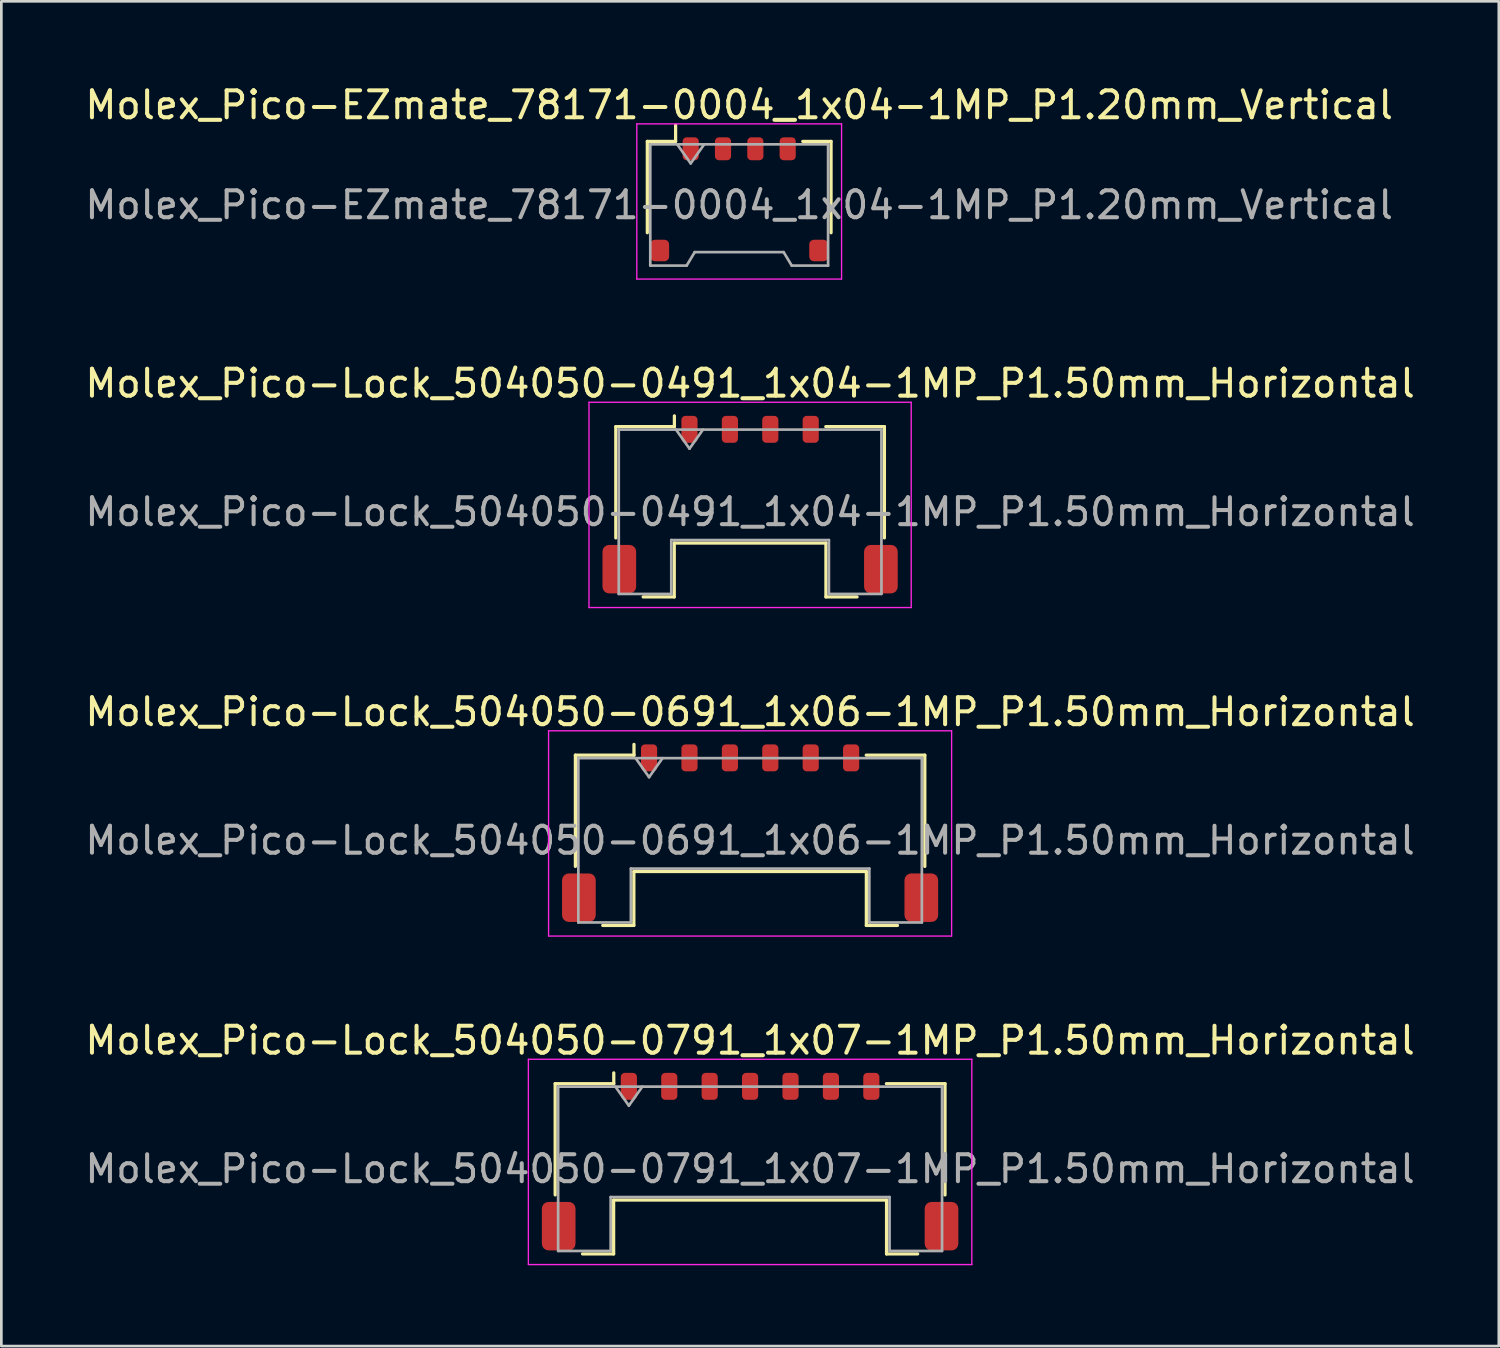
<source format=kicad_pcb>
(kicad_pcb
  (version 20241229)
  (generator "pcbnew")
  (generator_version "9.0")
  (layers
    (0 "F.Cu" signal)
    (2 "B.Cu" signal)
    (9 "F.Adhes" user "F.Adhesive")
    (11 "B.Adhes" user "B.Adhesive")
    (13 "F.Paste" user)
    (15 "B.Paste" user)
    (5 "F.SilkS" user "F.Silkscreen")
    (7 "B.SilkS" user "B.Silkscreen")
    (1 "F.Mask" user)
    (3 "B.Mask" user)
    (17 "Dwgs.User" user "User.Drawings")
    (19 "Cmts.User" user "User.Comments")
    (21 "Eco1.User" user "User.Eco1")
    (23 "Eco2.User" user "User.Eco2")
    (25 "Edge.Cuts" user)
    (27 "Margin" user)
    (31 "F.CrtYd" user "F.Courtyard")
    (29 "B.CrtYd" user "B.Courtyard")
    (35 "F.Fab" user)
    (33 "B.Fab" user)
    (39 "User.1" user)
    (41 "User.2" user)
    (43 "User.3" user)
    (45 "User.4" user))
  (footprint "Molex_Pico-Lock_504050-0791_1x07-1MP_P1.50mm_Horizontal"
    (layer "F.Cu")
    (at 24.792 40.068)
    (property "Reference" "Molex_Pico-Lock_504050-0791_1x07-1MP_P1.50mm_Horizontal" (at 0 -4.5 0) (layer "F.SilkS") (effects (font (size 1 1) (thickness 0.15))))
    (attr smd)
    (fp_line (start -7.235 -2.895) (end -5.06 -2.895) (stroke (width 0.12) (type solid)) (layer "F.SilkS"))
    (fp_line (start -7.235 1.235) (end -7.235 -2.895) (stroke (width 0.12) (type solid)) (layer "F.SilkS"))
    (fp_line (start -6.22 3.425) (end -5.065 3.425) (stroke (width 0.12) (type solid)) (layer "F.SilkS"))
    (fp_line (start -5.065 1.425) (end 5.065 1.425) (stroke (width 0.12) (type solid)) (layer "F.SilkS"))
    (fp_line (start -5.065 3.425) (end -5.065 1.425) (stroke (width 0.12) (type solid)) (layer "F.SilkS"))
    (fp_line (start -5.06 -2.895) (end -5.06 -3.295) (stroke (width 0.12) (type solid)) (layer "F.SilkS"))
    (fp_line (start 5.065 1.425) (end 5.065 3.425) (stroke (width 0.12) (type solid)) (layer "F.SilkS"))
    (fp_line (start 5.065 3.425) (end 6.22 3.425) (stroke (width 0.12) (type solid)) (layer "F.SilkS"))
    (fp_line (start 7.235 -2.895) (end 5.06 -2.895) (stroke (width 0.12) (type solid)) (layer "F.SilkS"))
    (fp_line (start 7.235 1.235) (end 7.235 -2.895) (stroke (width 0.12) (type solid)) (layer "F.SilkS"))
    (fp_line (start -8.23 -3.8) (end -8.23 3.82) (stroke (width 0.05) (type solid)) (layer "F.CrtYd"))
    (fp_line (start -8.23 3.82) (end 8.23 3.82) (stroke (width 0.05) (type solid)) (layer "F.CrtYd"))
    (fp_line (start 8.23 -3.8) (end -8.23 -3.8) (stroke (width 0.05) (type solid)) (layer "F.CrtYd"))
    (fp_line (start 8.23 3.82) (end 8.23 -3.8) (stroke (width 0.05) (type solid)) (layer "F.CrtYd"))
    (fp_line (start -7.125 -2.785) (end -7.125 3.315) (stroke (width 0.1) (type solid)) (layer "F.Fab"))
    (fp_line (start -7.125 -2.785) (end 7.125 -2.785) (stroke (width 0.1) (type solid)) (layer "F.Fab"))
    (fp_line (start -7.125 3.315) (end -5.175 3.315) (stroke (width 0.1) (type solid)) (layer "F.Fab"))
    (fp_line (start -5.175 1.315) (end 5.175 1.315) (stroke (width 0.1) (type solid)) (layer "F.Fab"))
    (fp_line (start -5.175 3.315) (end -5.175 1.315) (stroke (width 0.1) (type solid)) (layer "F.Fab"))
    (fp_line (start -5 -2.785) (end -4.5 -2.078) (stroke (width 0.1) (type solid)) (layer "F.Fab"))
    (fp_line (start -4.5 -2.078) (end -4 -2.785) (stroke (width 0.1) (type solid)) (layer "F.Fab"))
    (fp_line (start 5.175 1.315) (end 5.175 3.315) (stroke (width 0.1) (type solid)) (layer "F.Fab"))
    (fp_line (start 5.175 3.315) (end 7.125 3.315) (stroke (width 0.1) (type solid)) (layer "F.Fab"))
    (fp_line (start 7.125 -2.785) (end 7.125 3.315) (stroke (width 0.1) (type solid)) (layer "F.Fab"))
    (fp_text user "${REFERENCE}" (at 0 0.27 0) (layer "F.Fab") (effects (font (size 1 1) (thickness 0.15))))
    (pad "1" smd roundrect (at -4.5 -2.795) (size 0.6 1) (layers "F.Cu" "F.Mask" "F.Paste") (roundrect_rratio 0.25))
    (pad "2" smd roundrect (at -3 -2.795) (size 0.6 1) (layers "F.Cu" "F.Mask" "F.Paste") (roundrect_rratio 0.25))
    (pad "3" smd roundrect (at -1.5 -2.795) (size 0.6 1) (layers "F.Cu" "F.Mask" "F.Paste") (roundrect_rratio 0.25))
    (pad "4" smd roundrect (at 0 -2.795) (size 0.6 1) (layers "F.Cu" "F.Mask" "F.Paste") (roundrect_rratio 0.25))
    (pad "5" smd roundrect (at 1.5 -2.795) (size 0.6 1) (layers "F.Cu" "F.Mask" "F.Paste") (roundrect_rratio 0.25))
    (pad "6" smd roundrect (at 3 -2.795) (size 0.6 1) (layers "F.Cu" "F.Mask" "F.Paste") (roundrect_rratio 0.25))
    (pad "7" smd roundrect (at 4.5 -2.795) (size 0.6 1) (layers "F.Cu" "F.Mask" "F.Paste") (roundrect_rratio 0.25))
    (pad "MP" smd roundrect (at -7.105 2.395) (size 1.25 1.8) (layers "F.Cu" "F.Mask" "F.Paste") (roundrect_rratio 0.2))
    (pad "MP" smd roundrect (at 7.105 2.395) (size 1.25 1.8) (layers "F.Cu" "F.Mask" "F.Paste") (roundrect_rratio 0.2)))
  (footprint "Molex_Pico-EZmate_78171-0004_1x04-1MP_P1.20mm_Vertical"
    (layer "F.Cu")
    (at 24.387 4.558)
    (property "Reference" "Molex_Pico-EZmate_78171-0004_1x04-1MP_P1.20mm_Vertical" (at 0 -3.71 0) (layer "F.SilkS") (effects (font (size 1 1) (thickness 0.15))))
    (attr smd)
    (fp_line (start -3.41 -2.36) (end -2.36 -2.36) (stroke (width 0.12) (type solid)) (layer "F.SilkS"))
    (fp_line (start -3.41 1.03) (end -3.41 -2.36) (stroke (width 0.12) (type solid)) (layer "F.SilkS"))
    (fp_line (start -2.36 -2.36) (end -2.36 -2.96) (stroke (width 0.12) (type solid)) (layer "F.SilkS"))
    (fp_line (start 3.41 -2.36) (end 2.36 -2.36) (stroke (width 0.12) (type solid)) (layer "F.SilkS"))
    (fp_line (start 3.41 1.03) (end 3.41 -2.36) (stroke (width 0.12) (type solid)) (layer "F.SilkS"))
    (fp_line (start -3.8 -3.01) (end -3.8 2.75) (stroke (width 0.05) (type solid)) (layer "F.CrtYd"))
    (fp_line (start -3.8 2.75) (end 3.8 2.75) (stroke (width 0.05) (type solid)) (layer "F.CrtYd"))
    (fp_line (start 3.8 -3.01) (end -3.8 -3.01) (stroke (width 0.05) (type solid)) (layer "F.CrtYd"))
    (fp_line (start 3.8 2.75) (end 3.8 -3.01) (stroke (width 0.05) (type solid)) (layer "F.CrtYd"))
    (fp_line (start -3.3 -2.25) (end -3.3 2.25) (stroke (width 0.1) (type solid)) (layer "F.Fab"))
    (fp_line (start -3.3 -2.25) (end 3.3 -2.25) (stroke (width 0.1) (type solid)) (layer "F.Fab"))
    (fp_line (start -3.3 2.25) (end -1.95 2.25) (stroke (width 0.1) (type solid)) (layer "F.Fab"))
    (fp_line (start -2.3 -2.25) (end -1.8 -1.543) (stroke (width 0.1) (type solid)) (layer "F.Fab"))
    (fp_line (start -1.95 2.25) (end -1.65 1.75) (stroke (width 0.1) (type solid)) (layer "F.Fab"))
    (fp_line (start -1.8 -1.543) (end -1.3 -2.25) (stroke (width 0.1) (type solid)) (layer "F.Fab"))
    (fp_line (start -1.65 1.75) (end 1.65 1.75) (stroke (width 0.1) (type solid)) (layer "F.Fab"))
    (fp_line (start 1.65 1.75) (end 1.95 2.25) (stroke (width 0.1) (type solid)) (layer "F.Fab"))
    (fp_line (start 1.95 2.25) (end 3.3 2.25) (stroke (width 0.1) (type solid)) (layer "F.Fab"))
    (fp_line (start 3.3 -2.25) (end 3.3 2.25) (stroke (width 0.1) (type solid)) (layer "F.Fab"))
    (fp_text user "${REFERENCE}" (at 0 0 0) (layer "F.Fab") (effects (font (size 1 1) (thickness 0.15))))
    (pad "1" smd roundrect (at -1.8 -2.085) (size 0.6 0.85) (layers "F.Cu" "F.Mask" "F.Paste") (roundrect_rratio 0.25))
    (pad "2" smd roundrect (at -0.6 -2.085) (size 0.6 0.85) (layers "F.Cu" "F.Mask" "F.Paste") (roundrect_rratio 0.25))
    (pad "3" smd roundrect (at 0.6 -2.085) (size 0.6 0.85) (layers "F.Cu" "F.Mask" "F.Paste") (roundrect_rratio 0.25))
    (pad "4" smd roundrect (at 1.8 -2.085) (size 0.6 0.85) (layers "F.Cu" "F.Mask" "F.Paste") (roundrect_rratio 0.25))
    (pad "MP" smd roundrect (at -2.95 1.69) (size 0.7 0.8) (layers "F.Cu" "F.Mask" "F.Paste") (roundrect_rratio 0.25))
    (pad "MP" smd roundrect (at 2.95 1.69) (size 0.7 0.8) (layers "F.Cu" "F.Mask" "F.Paste") (roundrect_rratio 0.25)))
  (footprint "Molex_Pico-Lock_504050-0691_1x06-1MP_P1.50mm_Horizontal"
    (layer "F.Cu")
    (at 24.792 27.875)
    (property "Reference" "Molex_Pico-Lock_504050-0691_1x06-1MP_P1.50mm_Horizontal" (at 0 -4.5 0) (layer "F.SilkS") (effects (font (size 1 1) (thickness 0.15))))
    (attr smd)
    (fp_line (start -6.485 -2.895) (end -4.31 -2.895) (stroke (width 0.12) (type solid)) (layer "F.SilkS"))
    (fp_line (start -6.485 1.235) (end -6.485 -2.895) (stroke (width 0.12) (type solid)) (layer "F.SilkS"))
    (fp_line (start -5.47 3.425) (end -4.315 3.425) (stroke (width 0.12) (type solid)) (layer "F.SilkS"))
    (fp_line (start -4.315 1.425) (end 4.315 1.425) (stroke (width 0.12) (type solid)) (layer "F.SilkS"))
    (fp_line (start -4.315 3.425) (end -4.315 1.425) (stroke (width 0.12) (type solid)) (layer "F.SilkS"))
    (fp_line (start -4.31 -2.895) (end -4.31 -3.295) (stroke (width 0.12) (type solid)) (layer "F.SilkS"))
    (fp_line (start 4.315 1.425) (end 4.315 3.425) (stroke (width 0.12) (type solid)) (layer "F.SilkS"))
    (fp_line (start 4.315 3.425) (end 5.47 3.425) (stroke (width 0.12) (type solid)) (layer "F.SilkS"))
    (fp_line (start 6.485 -2.895) (end 4.31 -2.895) (stroke (width 0.12) (type solid)) (layer "F.SilkS"))
    (fp_line (start 6.485 1.235) (end 6.485 -2.895) (stroke (width 0.12) (type solid)) (layer "F.SilkS"))
    (fp_line (start -7.48 -3.8) (end -7.48 3.82) (stroke (width 0.05) (type solid)) (layer "F.CrtYd"))
    (fp_line (start -7.48 3.82) (end 7.48 3.82) (stroke (width 0.05) (type solid)) (layer "F.CrtYd"))
    (fp_line (start 7.48 -3.8) (end -7.48 -3.8) (stroke (width 0.05) (type solid)) (layer "F.CrtYd"))
    (fp_line (start 7.48 3.82) (end 7.48 -3.8) (stroke (width 0.05) (type solid)) (layer "F.CrtYd"))
    (fp_line (start -6.375 -2.785) (end -6.375 3.315) (stroke (width 0.1) (type solid)) (layer "F.Fab"))
    (fp_line (start -6.375 -2.785) (end 6.375 -2.785) (stroke (width 0.1) (type solid)) (layer "F.Fab"))
    (fp_line (start -6.375 3.315) (end -4.425 3.315) (stroke (width 0.1) (type solid)) (layer "F.Fab"))
    (fp_line (start -4.425 1.315) (end 4.425 1.315) (stroke (width 0.1) (type solid)) (layer "F.Fab"))
    (fp_line (start -4.425 3.315) (end -4.425 1.315) (stroke (width 0.1) (type solid)) (layer "F.Fab"))
    (fp_line (start -4.25 -2.785) (end -3.75 -2.078) (stroke (width 0.1) (type solid)) (layer "F.Fab"))
    (fp_line (start -3.75 -2.078) (end -3.25 -2.785) (stroke (width 0.1) (type solid)) (layer "F.Fab"))
    (fp_line (start 4.425 1.315) (end 4.425 3.315) (stroke (width 0.1) (type solid)) (layer "F.Fab"))
    (fp_line (start 4.425 3.315) (end 6.375 3.315) (stroke (width 0.1) (type solid)) (layer "F.Fab"))
    (fp_line (start 6.375 -2.785) (end 6.375 3.315) (stroke (width 0.1) (type solid)) (layer "F.Fab"))
    (fp_text user "${REFERENCE}" (at 0 0.27 0) (layer "F.Fab") (effects (font (size 1 1) (thickness 0.15))))
    (pad "1" smd roundrect (at -3.75 -2.795) (size 0.6 1) (layers "F.Cu" "F.Mask" "F.Paste") (roundrect_rratio 0.25))
    (pad "2" smd roundrect (at -2.25 -2.795) (size 0.6 1) (layers "F.Cu" "F.Mask" "F.Paste") (roundrect_rratio 0.25))
    (pad "3" smd roundrect (at -0.75 -2.795) (size 0.6 1) (layers "F.Cu" "F.Mask" "F.Paste") (roundrect_rratio 0.25))
    (pad "4" smd roundrect (at 0.75 -2.795) (size 0.6 1) (layers "F.Cu" "F.Mask" "F.Paste") (roundrect_rratio 0.25))
    (pad "5" smd roundrect (at 2.25 -2.795) (size 0.6 1) (layers "F.Cu" "F.Mask" "F.Paste") (roundrect_rratio 0.25))
    (pad "6" smd roundrect (at 3.75 -2.795) (size 0.6 1) (layers "F.Cu" "F.Mask" "F.Paste") (roundrect_rratio 0.25))
    (pad "MP" smd roundrect (at -6.355 2.395) (size 1.25 1.8) (layers "F.Cu" "F.Mask" "F.Paste") (roundrect_rratio 0.2))
    (pad "MP" smd roundrect (at 6.355 2.395) (size 1.25 1.8) (layers "F.Cu" "F.Mask" "F.Paste") (roundrect_rratio 0.2)))
  (footprint "Molex_Pico-Lock_504050-0491_1x04-1MP_P1.50mm_Horizontal"
    (layer "F.Cu")
    (at 24.792 15.681)
    (property "Reference" "Molex_Pico-Lock_504050-0491_1x04-1MP_P1.50mm_Horizontal" (at 0 -4.5 0) (layer "F.SilkS") (effects (font (size 1 1) (thickness 0.15))))
    (attr smd)
    (fp_line (start -4.985 -2.895) (end -2.81 -2.895) (stroke (width 0.12) (type solid)) (layer "F.SilkS"))
    (fp_line (start -4.985 1.235) (end -4.985 -2.895) (stroke (width 0.12) (type solid)) (layer "F.SilkS"))
    (fp_line (start -3.97 3.425) (end -2.815 3.425) (stroke (width 0.12) (type solid)) (layer "F.SilkS"))
    (fp_line (start -2.815 1.425) (end 2.815 1.425) (stroke (width 0.12) (type solid)) (layer "F.SilkS"))
    (fp_line (start -2.815 3.425) (end -2.815 1.425) (stroke (width 0.12) (type solid)) (layer "F.SilkS"))
    (fp_line (start -2.81 -2.895) (end -2.81 -3.295) (stroke (width 0.12) (type solid)) (layer "F.SilkS"))
    (fp_line (start 2.815 1.425) (end 2.815 3.425) (stroke (width 0.12) (type solid)) (layer "F.SilkS"))
    (fp_line (start 2.815 3.425) (end 3.97 3.425) (stroke (width 0.12) (type solid)) (layer "F.SilkS"))
    (fp_line (start 4.985 -2.895) (end 2.81 -2.895) (stroke (width 0.12) (type solid)) (layer "F.SilkS"))
    (fp_line (start 4.985 1.235) (end 4.985 -2.895) (stroke (width 0.12) (type solid)) (layer "F.SilkS"))
    (fp_line (start -5.98 -3.8) (end -5.98 3.82) (stroke (width 0.05) (type solid)) (layer "F.CrtYd"))
    (fp_line (start -5.98 3.82) (end 5.98 3.82) (stroke (width 0.05) (type solid)) (layer "F.CrtYd"))
    (fp_line (start 5.98 -3.8) (end -5.98 -3.8) (stroke (width 0.05) (type solid)) (layer "F.CrtYd"))
    (fp_line (start 5.98 3.82) (end 5.98 -3.8) (stroke (width 0.05) (type solid)) (layer "F.CrtYd"))
    (fp_line (start -4.875 -2.785) (end -4.875 3.315) (stroke (width 0.1) (type solid)) (layer "F.Fab"))
    (fp_line (start -4.875 -2.785) (end 4.875 -2.785) (stroke (width 0.1) (type solid)) (layer "F.Fab"))
    (fp_line (start -4.875 3.315) (end -2.925 3.315) (stroke (width 0.1) (type solid)) (layer "F.Fab"))
    (fp_line (start -2.925 1.315) (end 2.925 1.315) (stroke (width 0.1) (type solid)) (layer "F.Fab"))
    (fp_line (start -2.925 3.315) (end -2.925 1.315) (stroke (width 0.1) (type solid)) (layer "F.Fab"))
    (fp_line (start -2.75 -2.785) (end -2.25 -2.078) (stroke (width 0.1) (type solid)) (layer "F.Fab"))
    (fp_line (start -2.25 -2.078) (end -1.75 -2.785) (stroke (width 0.1) (type solid)) (layer "F.Fab"))
    (fp_line (start 2.925 1.315) (end 2.925 3.315) (stroke (width 0.1) (type solid)) (layer "F.Fab"))
    (fp_line (start 2.925 3.315) (end 4.875 3.315) (stroke (width 0.1) (type solid)) (layer "F.Fab"))
    (fp_line (start 4.875 -2.785) (end 4.875 3.315) (stroke (width 0.1) (type solid)) (layer "F.Fab"))
    (fp_text user "${REFERENCE}" (at 0 0.27 0) (layer "F.Fab") (effects (font (size 1 1) (thickness 0.15))))
    (pad "1" smd roundrect (at -2.25 -2.795) (size 0.6 1) (layers "F.Cu" "F.Mask" "F.Paste") (roundrect_rratio 0.25))
    (pad "2" smd roundrect (at -0.75 -2.795) (size 0.6 1) (layers "F.Cu" "F.Mask" "F.Paste") (roundrect_rratio 0.25))
    (pad "3" smd roundrect (at 0.75 -2.795) (size 0.6 1) (layers "F.Cu" "F.Mask" "F.Paste") (roundrect_rratio 0.25))
    (pad "4" smd roundrect (at 2.25 -2.795) (size 0.6 1) (layers "F.Cu" "F.Mask" "F.Paste") (roundrect_rratio 0.25))
    (pad "MP" smd roundrect (at -4.855 2.395) (size 1.25 1.8) (layers "F.Cu" "F.Mask" "F.Paste") (roundrect_rratio 0.2))
    (pad "MP" smd roundrect (at 4.855 2.395) (size 1.25 1.8) (layers "F.Cu" "F.Mask" "F.Paste") (roundrect_rratio 0.2)))
  (gr_rect
    (start -3 -3)
    (end 52.583 46.913)
    (stroke (width 0.1) (type default))
    (fill no)
    (layer "Edge.Cuts")))
</source>
